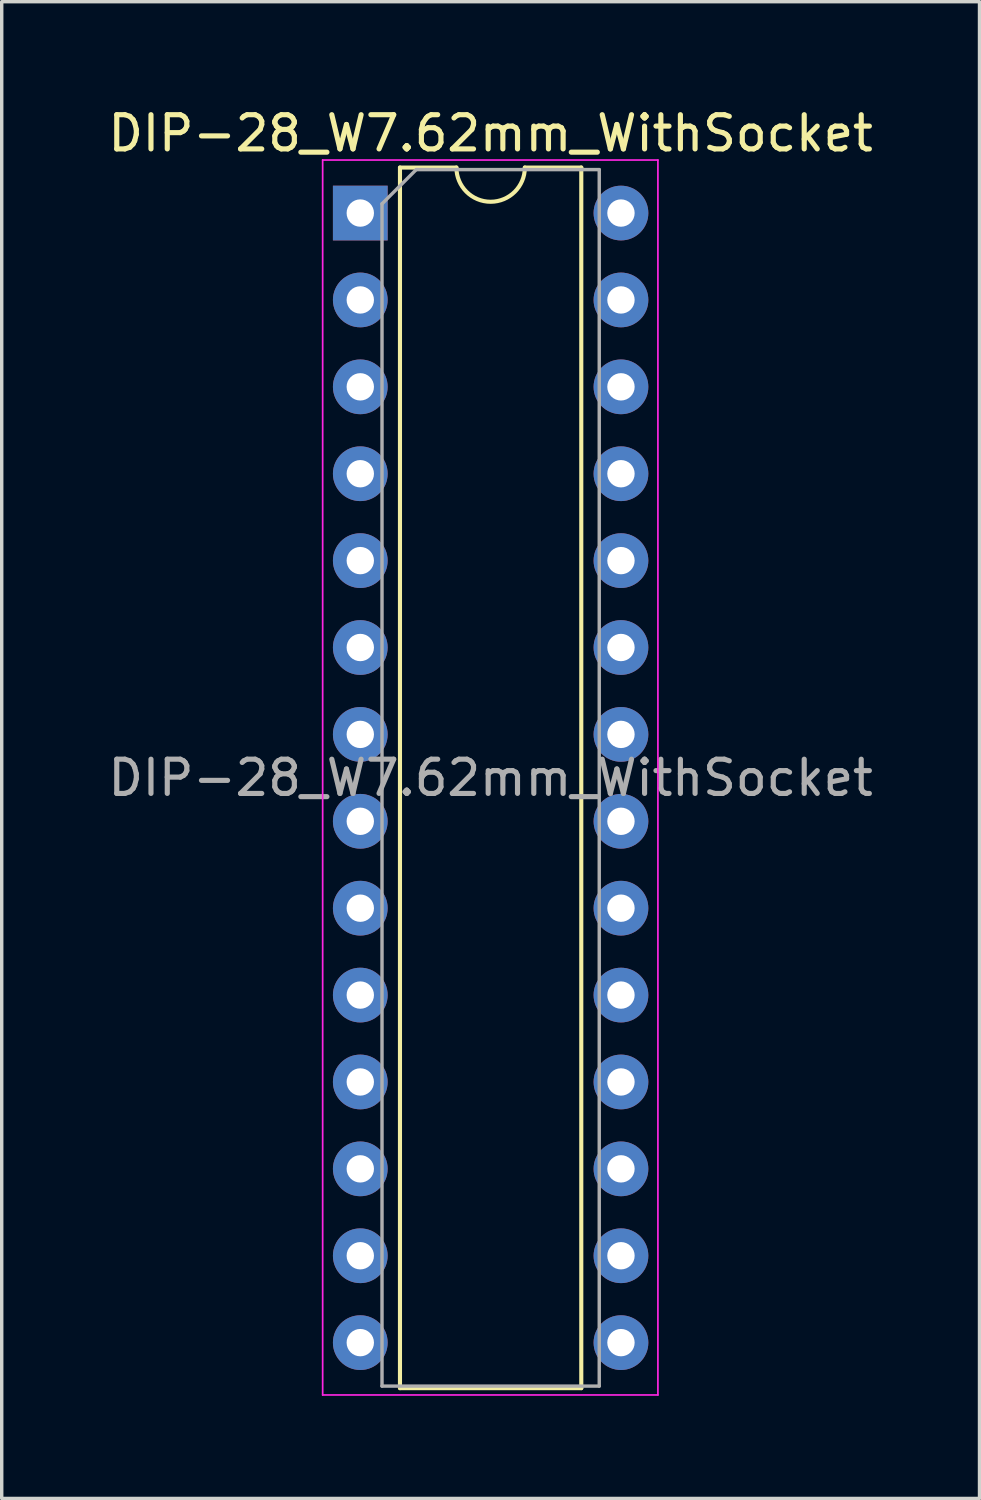
<source format=kicad_pcb>
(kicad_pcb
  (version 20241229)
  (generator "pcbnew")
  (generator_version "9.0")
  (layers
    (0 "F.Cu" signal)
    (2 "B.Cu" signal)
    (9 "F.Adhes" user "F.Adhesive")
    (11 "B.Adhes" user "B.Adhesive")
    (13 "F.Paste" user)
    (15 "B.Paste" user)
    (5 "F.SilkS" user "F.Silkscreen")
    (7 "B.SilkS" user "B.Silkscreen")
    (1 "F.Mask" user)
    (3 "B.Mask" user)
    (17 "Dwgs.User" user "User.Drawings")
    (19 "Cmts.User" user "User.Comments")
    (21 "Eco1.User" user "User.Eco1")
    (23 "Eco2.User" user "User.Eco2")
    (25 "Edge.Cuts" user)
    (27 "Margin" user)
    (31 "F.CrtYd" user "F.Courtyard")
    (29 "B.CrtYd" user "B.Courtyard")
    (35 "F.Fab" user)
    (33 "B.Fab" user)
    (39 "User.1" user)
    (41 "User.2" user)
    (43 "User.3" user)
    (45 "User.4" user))
  (footprint "DIP-28_W7.62mm_WithSocket"
    (layer "F.Cu")
    (at 7.482 3.178)
    (property "Reference" "DIP-28_W7.62mm_WithSocket" (at 3.81 -2.33 0) (layer "F.SilkS") (effects (font (size 1 1) (thickness 0.15))))
    (attr through_hole)
    (fp_line (start 1.16 -1.33) (end 1.16 34.35) (stroke (width 0.12) (type solid)) (layer "F.SilkS"))
    (fp_line (start 1.16 34.35) (end 6.46 34.35) (stroke (width 0.12) (type solid)) (layer "F.SilkS"))
    (fp_line (start 2.81 -1.33) (end 1.16 -1.33) (stroke (width 0.12) (type solid)) (layer "F.SilkS"))
    (fp_line (start 6.46 -1.33) (end 4.81 -1.33) (stroke (width 0.12) (type solid)) (layer "F.SilkS"))
    (fp_line (start 6.46 34.35) (end 6.46 -1.33) (stroke (width 0.12) (type solid)) (layer "F.SilkS"))
    (fp_arc (start 4.81 -1.33) (mid 3.81 -0.33) (end 2.81 -1.33) (stroke (width 0.12) (type solid)) (layer "F.SilkS"))
    (fp_line (start -1.1 -1.55) (end -1.1 34.55) (stroke (width 0.05) (type solid)) (layer "F.CrtYd"))
    (fp_line (start -1.1 34.55) (end 8.7 34.55) (stroke (width 0.05) (type solid)) (layer "F.CrtYd"))
    (fp_line (start 8.7 -1.55) (end -1.1 -1.55) (stroke (width 0.05) (type solid)) (layer "F.CrtYd"))
    (fp_line (start 8.7 34.55) (end 8.7 -1.55) (stroke (width 0.05) (type solid)) (layer "F.CrtYd"))
    (fp_line (start 0.635 -0.27) (end 1.635 -1.27) (stroke (width 0.1) (type solid)) (layer "F.Fab"))
    (fp_line (start 0.635 34.29) (end 0.635 -0.27) (stroke (width 0.1) (type solid)) (layer "F.Fab"))
    (fp_line (start 1.635 -1.27) (end 6.985 -1.27) (stroke (width 0.1) (type solid)) (layer "F.Fab"))
    (fp_line (start 6.985 -1.27) (end 6.985 34.29) (stroke (width 0.1) (type solid)) (layer "F.Fab"))
    (fp_line (start 6.985 34.29) (end 0.635 34.29) (stroke (width 0.1) (type solid)) (layer "F.Fab"))
    (fp_text user "${REFERENCE}" (at 3.81 16.51 0) (layer "F.Fab") (effects (font (size 1 1) (thickness 0.15))))
    (pad "1" thru_hole rect (at 0 0) (size 1.6 1.6) (drill 0.8) (layers "*.Cu" "*.Mask"))
    (pad "2" thru_hole oval (at 0 2.54) (size 1.6 1.6) (drill 0.8) (layers "*.Cu" "*.Mask"))
    (pad "3" thru_hole oval (at 0 5.08) (size 1.6 1.6) (drill 0.8) (layers "*.Cu" "*.Mask"))
    (pad "4" thru_hole oval (at 0 7.62) (size 1.6 1.6) (drill 0.8) (layers "*.Cu" "*.Mask"))
    (pad "5" thru_hole oval (at 0 10.16) (size 1.6 1.6) (drill 0.8) (layers "*.Cu" "*.Mask"))
    (pad "6" thru_hole oval (at 0 12.7) (size 1.6 1.6) (drill 0.8) (layers "*.Cu" "*.Mask"))
    (pad "7" thru_hole oval (at 0 15.24) (size 1.6 1.6) (drill 0.8) (layers "*.Cu" "*.Mask"))
    (pad "8" thru_hole oval (at 0 17.78) (size 1.6 1.6) (drill 0.8) (layers "*.Cu" "*.Mask"))
    (pad "9" thru_hole oval (at 0 20.32) (size 1.6 1.6) (drill 0.8) (layers "*.Cu" "*.Mask"))
    (pad "10" thru_hole oval (at 0 22.86) (size 1.6 1.6) (drill 0.8) (layers "*.Cu" "*.Mask"))
    (pad "11" thru_hole oval (at 0 25.4) (size 1.6 1.6) (drill 0.8) (layers "*.Cu" "*.Mask"))
    (pad "12" thru_hole oval (at 0 27.94) (size 1.6 1.6) (drill 0.8) (layers "*.Cu" "*.Mask"))
    (pad "13" thru_hole oval (at 0 30.48) (size 1.6 1.6) (drill 0.8) (layers "*.Cu" "*.Mask"))
    (pad "14" thru_hole oval (at 0 33.02) (size 1.6 1.6) (drill 0.8) (layers "*.Cu" "*.Mask"))
    (pad "15" thru_hole oval (at 7.62 33.02) (size 1.6 1.6) (drill 0.8) (layers "*.Cu" "*.Mask"))
    (pad "16" thru_hole oval (at 7.62 30.48) (size 1.6 1.6) (drill 0.8) (layers "*.Cu" "*.Mask"))
    (pad "17" thru_hole oval (at 7.62 27.94) (size 1.6 1.6) (drill 0.8) (layers "*.Cu" "*.Mask"))
    (pad "18" thru_hole oval (at 7.62 25.4) (size 1.6 1.6) (drill 0.8) (layers "*.Cu" "*.Mask"))
    (pad "19" thru_hole oval (at 7.62 22.86) (size 1.6 1.6) (drill 0.8) (layers "*.Cu" "*.Mask"))
    (pad "20" thru_hole oval (at 7.62 20.32) (size 1.6 1.6) (drill 0.8) (layers "*.Cu" "*.Mask"))
    (pad "21" thru_hole oval (at 7.62 17.78) (size 1.6 1.6) (drill 0.8) (layers "*.Cu" "*.Mask"))
    (pad "22" thru_hole oval (at 7.62 15.24) (size 1.6 1.6) (drill 0.8) (layers "*.Cu" "*.Mask"))
    (pad "23" thru_hole oval (at 7.62 12.7) (size 1.6 1.6) (drill 0.8) (layers "*.Cu" "*.Mask"))
    (pad "24" thru_hole oval (at 7.62 10.16) (size 1.6 1.6) (drill 0.8) (layers "*.Cu" "*.Mask"))
    (pad "25" thru_hole oval (at 7.62 7.62) (size 1.6 1.6) (drill 0.8) (layers "*.Cu" "*.Mask"))
    (pad "26" thru_hole oval (at 7.62 5.08) (size 1.6 1.6) (drill 0.8) (layers "*.Cu" "*.Mask"))
    (pad "27" thru_hole oval (at 7.62 2.54) (size 1.6 1.6) (drill 0.8) (layers "*.Cu" "*.Mask"))
    (pad "28" thru_hole oval (at 7.62 0) (size 1.6 1.6) (drill 0.8) (layers "*.Cu" "*.Mask")))
  (gr_rect
    (start -3 -3)
    (end 25.583 40.753)
    (stroke (width 0.1) (type default))
    (fill no)
    (layer "Edge.Cuts")))
</source>
